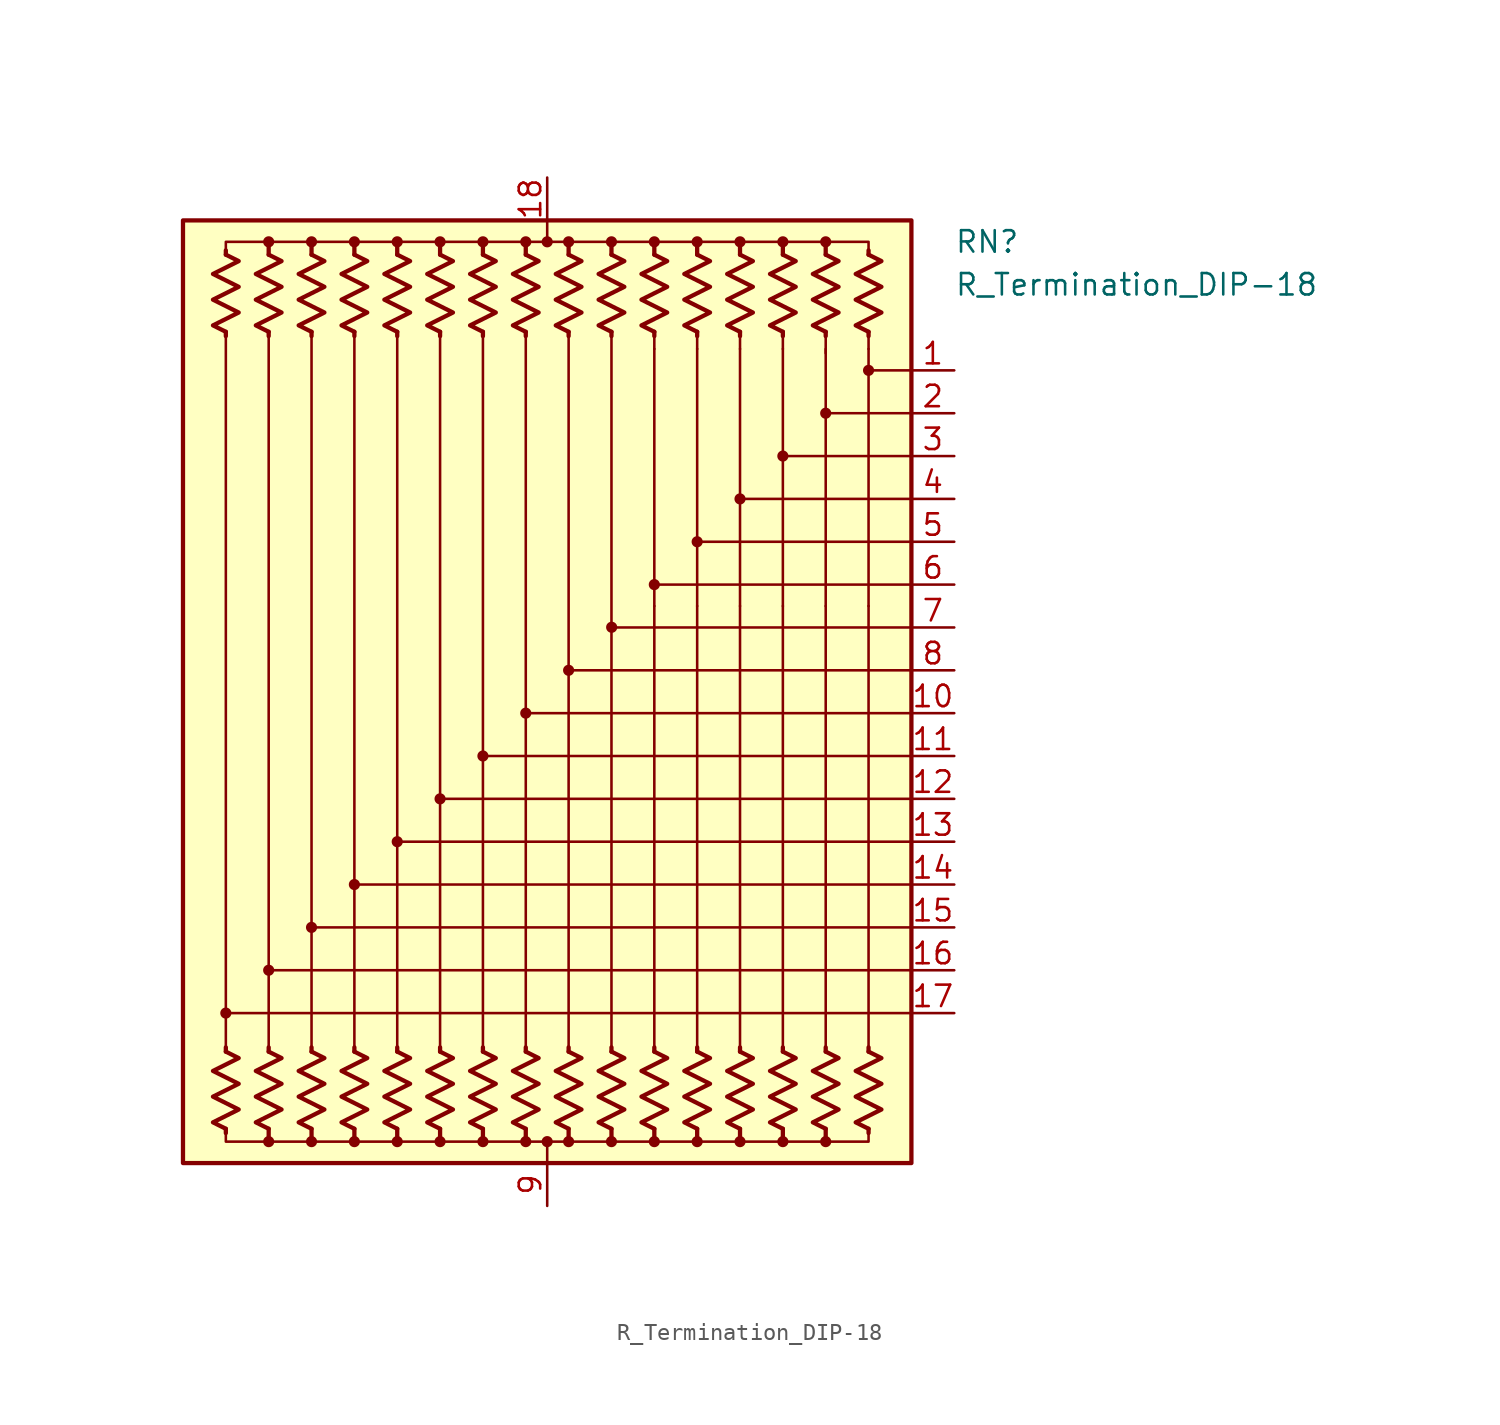
<source format=kicad_sym>
(kicad_symbol_lib
  (version 20220914)
  (generator kicad_symbol_editor)
  (symbol "R_Termination_DIP-18"
    (pin_names
      (offset 0.002) hide)
    (property "Reference" "RN"
      (at 24.13 26.67 0)
      (effects (font (size 1.27 1.27)) (justify left)))
    (property "Value" "R_Termination_DIP-18"
      (at 24.13 24.13 0)
      (effects (font (size 1.27 1.27)) (justify left)))
    (symbol "R_Termination_DIP-18_0_1"
      (rectangle (start -21.59 27.94) (end 21.59 -27.94) (stroke (width 0.254) (type default)) (fill (type background)))
      (circle (center -19.05 -19.05) (radius 0.254) (stroke (width 0) (type default)) (fill (type outline)))
      (circle (center -16.51 -26.67) (radius 0.254) (stroke (width 0) (type default)) (fill (type outline)))
      (circle (center -16.51 -16.51) (radius 0.254) (stroke (width 0) (type default)) (fill (type outline)))
      (circle (center -16.51 26.67) (radius 0.254) (stroke (width 0) (type default)) (fill (type outline)))
      (circle (center -13.97 -26.67) (radius 0.254) (stroke (width 0) (type default)) (fill (type outline)))
      (circle (center -13.97 -13.97) (radius 0.254) (stroke (width 0) (type default)) (fill (type outline)))
      (circle (center -13.97 26.67) (radius 0.254) (stroke (width 0) (type default)) (fill (type outline)))
      (circle (center -11.43 -26.67) (radius 0.254) (stroke (width 0) (type default)) (fill (type outline)))
      (circle (center -11.43 -11.43) (radius 0.254) (stroke (width 0) (type default)) (fill (type outline)))
      (circle (center -11.43 26.67) (radius 0.254) (stroke (width 0) (type default)) (fill (type outline)))
      (circle (center -8.89 -26.67) (radius 0.254) (stroke (width 0) (type default)) (fill (type outline)))
      (circle (center -8.89 -8.89) (radius 0.254) (stroke (width 0) (type default)) (fill (type outline)))
      (circle (center -8.89 26.67) (radius 0.254) (stroke (width 0) (type default)) (fill (type outline)))
      (circle (center -6.35 -26.67) (radius 0.254) (stroke (width 0) (type default)) (fill (type outline)))
      (circle (center -6.35 -6.35) (radius 0.254) (stroke (width 0) (type default)) (fill (type outline)))
      (circle (center -6.35 26.67) (radius 0.254) (stroke (width 0) (type default)) (fill (type outline)))
      (circle (center -3.81 -26.67) (radius 0.254) (stroke (width 0) (type default)) (fill (type outline)))
      (circle (center -3.81 -3.81) (radius 0.254) (stroke (width 0) (type default)) (fill (type outline)))
      (circle (center -3.81 26.67) (radius 0.254) (stroke (width 0) (type default)) (fill (type outline)))
      (circle (center -1.27 -26.67) (radius 0.254) (stroke (width 0) (type default)) (fill (type outline)))
      (circle (center -1.27 -1.27) (radius 0.254) (stroke (width 0) (type default)) (fill (type outline)))
      (circle (center -1.27 26.67) (radius 0.254) (stroke (width 0) (type default)) (fill (type outline)))
      (circle (center 0 -26.67) (radius 0.254) (stroke (width 0) (type default)) (fill (type outline)))
      (polyline (pts (xy -19.05 -25.908) (xy -19.05 -26.162)) (stroke (width 0.254) (type default)) (fill (type none)))
      (polyline (pts (xy -19.05 -21.336) (xy -19.05 -21.082)) (stroke (width 0.254) (type default)) (fill (type none)))
      (polyline (pts (xy -19.05 21.336) (xy -19.05 -21.336)) (stroke (width 0) (type default)) (fill (type none)))
      (polyline (pts (xy -19.05 21.336) (xy -19.05 21.082)) (stroke (width 0.254) (type default)) (fill (type none)))
      (polyline (pts (xy -19.05 25.908) (xy -19.05 26.162)) (stroke (width 0.254) (type default)) (fill (type none)))
      (polyline (pts (xy -16.51 -25.908) (xy -16.51 -26.67)) (stroke (width 0.254) (type default)) (fill (type none)))
      (polyline (pts (xy -16.51 -21.336) (xy -16.51 -21.082)) (stroke (width 0.254) (type default)) (fill (type none)))
      (polyline (pts (xy -16.51 21.336) (xy -16.51 -21.336)) (stroke (width 0) (type default)) (fill (type none)))
      (polyline (pts (xy -16.51 21.336) (xy -16.51 21.082)) (stroke (width 0.254) (type default)) (fill (type none)))
      (polyline (pts (xy -16.51 25.908) (xy -16.51 26.67)) (stroke (width 0.254) (type default)) (fill (type none)))
      (polyline (pts (xy -13.97 -25.908) (xy -13.97 -26.67)) (stroke (width 0.254) (type default)) (fill (type none)))
      (polyline (pts (xy -13.97 -21.336) (xy -13.97 -21.082)) (stroke (width 0.254) (type default)) (fill (type none)))
      (polyline (pts (xy -13.97 21.336) (xy -13.97 -21.336)) (stroke (width 0) (type default)) (fill (type none)))
      (polyline (pts (xy -13.97 21.336) (xy -13.97 21.082)) (stroke (width 0.254) (type default)) (fill (type none)))
      (polyline (pts (xy -13.97 25.908) (xy -13.97 26.67)) (stroke (width 0.254) (type default)) (fill (type none)))
      (polyline (pts (xy -11.43 -25.908) (xy -11.43 -26.67)) (stroke (width 0.254) (type default)) (fill (type none)))
      (polyline (pts (xy -11.43 -21.336) (xy -11.43 -21.082)) (stroke (width 0.254) (type default)) (fill (type none)))
      (polyline (pts (xy -11.43 21.336) (xy -11.43 -21.336)) (stroke (width 0) (type default)) (fill (type none)))
      (polyline (pts (xy -11.43 21.336) (xy -11.43 21.082)) (stroke (width 0.254) (type default)) (fill (type none)))
      (polyline (pts (xy -11.43 25.908) (xy -11.43 26.67)) (stroke (width 0.254) (type default)) (fill (type none)))
      (polyline (pts (xy -8.89 -25.908) (xy -8.89 -26.67)) (stroke (width 0.254) (type default)) (fill (type none)))
      (polyline (pts (xy -8.89 -21.336) (xy -8.89 -21.082)) (stroke (width 0.254) (type default)) (fill (type none)))
      (polyline (pts (xy -8.89 21.336) (xy -8.89 -21.336)) (stroke (width 0) (type default)) (fill (type none)))
      (polyline (pts (xy -8.89 21.336) (xy -8.89 21.082)) (stroke (width 0.254) (type default)) (fill (type none)))
      (polyline (pts (xy -8.89 25.908) (xy -8.89 26.67)) (stroke (width 0.254) (type default)) (fill (type none)))
      (polyline (pts (xy -6.35 -25.908) (xy -6.35 -26.67)) (stroke (width 0.254) (type default)) (fill (type none)))
      (polyline (pts (xy -6.35 -21.336) (xy -6.35 -21.082)) (stroke (width 0.254) (type default)) (fill (type none)))
      (polyline (pts (xy -6.35 21.336) (xy -6.35 -21.336)) (stroke (width 0) (type default)) (fill (type none)))
      (polyline (pts (xy -6.35 21.336) (xy -6.35 21.082)) (stroke (width 0.254) (type default)) (fill (type none)))
      (polyline (pts (xy -6.35 25.908) (xy -6.35 26.416)) (stroke (width 0.254) (type default)) (fill (type none)))
      (polyline (pts (xy -3.81 -25.908) (xy -3.81 -26.67)) (stroke (width 0.254) (type default)) (fill (type none)))
      (polyline (pts (xy -3.81 -21.336) (xy -3.81 -21.082)) (stroke (width 0.254) (type default)) (fill (type none)))
      (polyline (pts (xy -3.81 21.336) (xy -3.81 -21.336)) (stroke (width 0) (type default)) (fill (type none)))
      (polyline (pts (xy -3.81 21.336) (xy -3.81 21.082)) (stroke (width 0.254) (type default)) (fill (type none)))
      (polyline (pts (xy -3.81 25.908) (xy -3.81 26.416)) (stroke (width 0.254) (type default)) (fill (type none)))
      (polyline (pts (xy -1.27 -25.908) (xy -1.27 -26.67)) (stroke (width 0.254) (type default)) (fill (type none)))
      (polyline (pts (xy -1.27 -21.336) (xy -1.27 -21.082)) (stroke (width 0.254) (type default)) (fill (type none)))
      (polyline (pts (xy -1.27 21.336) (xy -1.27 -21.336)) (stroke (width 0) (type default)) (fill (type none)))
      (polyline (pts (xy -1.27 21.336) (xy -1.27 21.082)) (stroke (width 0.254) (type default)) (fill (type none)))
      (polyline (pts (xy -1.27 25.908) (xy -1.27 26.416)) (stroke (width 0.254) (type default)) (fill (type none)))
      (polyline (pts (xy 0 -27.94) (xy 0 -26.67)) (stroke (width 0) (type default)) (fill (type none)))
      (polyline (pts (xy 0 27.94) (xy 0 26.67)) (stroke (width 0) (type default)) (fill (type none)))
      (polyline (pts (xy 1.27 -25.908) (xy 1.27 -26.416)) (stroke (width 0.254) (type default)) (fill (type none)))
      (polyline (pts (xy 1.27 -21.336) (xy 1.27 -21.082)) (stroke (width 0.254) (type default)) (fill (type none)))
      (polyline (pts (xy 1.27 21.336) (xy 1.27 -21.336)) (stroke (width 0) (type default)) (fill (type none)))
      (polyline (pts (xy 1.27 21.336) (xy 1.27 21.082)) (stroke (width 0.254) (type default)) (fill (type none)))
      (polyline (pts (xy 1.27 25.908) (xy 1.27 26.67)) (stroke (width 0.254) (type default)) (fill (type none)))
      (polyline (pts (xy 3.81 -25.908) (xy 3.81 -26.67)) (stroke (width 0.254) (type default)) (fill (type none)))
      (polyline (pts (xy 3.81 -21.336) (xy 3.81 -21.082)) (stroke (width 0.254) (type default)) (fill (type none)))
      (polyline (pts (xy 3.81 21.336) (xy 3.81 -21.336)) (stroke (width 0) (type default)) (fill (type none)))
      (polyline (pts (xy 3.81 21.336) (xy 3.81 21.082)) (stroke (width 0.254) (type default)) (fill (type none)))
      (polyline (pts (xy 3.81 25.908) (xy 3.81 26.416)) (stroke (width 0.254) (type default)) (fill (type none)))
      (polyline (pts (xy 6.35 -25.908) (xy 6.35 -26.67)) (stroke (width 0.254) (type default)) (fill (type none)))
      (polyline (pts (xy 6.35 -21.336) (xy 6.35 -21.082)) (stroke (width 0.254) (type default)) (fill (type none)))
      (polyline (pts (xy 6.35 -21.336) (xy 6.35 5.08)) (stroke (width 0) (type default)) (fill (type none)))
      (polyline (pts (xy 6.35 20.32) (xy 6.35 5.08)) (stroke (width 0.152) (type default)) (fill (type none)))
      (polyline (pts (xy 6.35 21.336) (xy 6.35 20.32)) (stroke (width 0) (type default)) (fill (type none)))
      (polyline (pts (xy 6.35 21.336) (xy 6.35 21.082)) (stroke (width 0.254) (type default)) (fill (type none)))
      (polyline (pts (xy 6.35 25.908) (xy 6.35 26.416)) (stroke (width 0.254) (type default)) (fill (type none)))
      (polyline (pts (xy 8.89 -25.908) (xy 8.89 -26.67)) (stroke (width 0.254) (type default)) (fill (type none)))
      (polyline (pts (xy 8.89 -21.336) (xy 8.89 -21.082)) (stroke (width 0.254) (type default)) (fill (type none)))
      (polyline (pts (xy 8.89 -21.336) (xy 8.89 5.08)) (stroke (width 0) (type default)) (fill (type none)))
      (polyline (pts (xy 8.89 20.32) (xy 8.89 5.08)) (stroke (width 0.152) (type default)) (fill (type none)))
      (polyline (pts (xy 8.89 21.336) (xy 8.89 20.32)) (stroke (width 0) (type default)) (fill (type none)))
      (polyline (pts (xy 8.89 21.336) (xy 8.89 21.082)) (stroke (width 0.254) (type default)) (fill (type none)))
      (polyline (pts (xy 8.89 25.908) (xy 8.89 26.67)) (stroke (width 0.254) (type default)) (fill (type none)))
      (polyline (pts (xy 11.43 -25.908) (xy 11.43 -26.67)) (stroke (width 0.254) (type default)) (fill (type none)))
      (polyline (pts (xy 11.43 -21.336) (xy 11.43 -21.082)) (stroke (width 0.254) (type default)) (fill (type none)))
      (polyline (pts (xy 11.43 -21.336) (xy 11.43 5.08)) (stroke (width 0) (type default)) (fill (type none)))
      (polyline (pts (xy 11.43 20.32) (xy 11.43 5.08)) (stroke (width 0.152) (type default)) (fill (type none)))
      (polyline (pts (xy 11.43 21.336) (xy 11.43 20.32)) (stroke (width 0) (type default)) (fill (type none)))
      (polyline (pts (xy 11.43 21.336) (xy 11.43 21.082)) (stroke (width 0.254) (type default)) (fill (type none)))
      (polyline (pts (xy 11.43 25.908) (xy 11.43 26.416)) (stroke (width 0.254) (type default)) (fill (type none)))
      (polyline (pts (xy 13.97 -25.908) (xy 13.97 -26.67)) (stroke (width 0.254) (type default)) (fill (type none)))
      (polyline (pts (xy 13.97 -21.336) (xy 13.97 -21.082)) (stroke (width 0.254) (type default)) (fill (type none)))
      (polyline (pts (xy 13.97 -21.336) (xy 13.97 5.08)) (stroke (width 0) (type default)) (fill (type none)))
      (polyline (pts (xy 13.97 20.32) (xy 13.97 5.08)) (stroke (width 0.152) (type default)) (fill (type none)))
      (polyline (pts (xy 13.97 21.336) (xy 13.97 20.32)) (stroke (width 0) (type default)) (fill (type none)))
      (polyline (pts (xy 13.97 21.336) (xy 13.97 21.082)) (stroke (width 0.254) (type default)) (fill (type none)))
      (polyline (pts (xy 13.97 25.908) (xy 13.97 26.416)) (stroke (width 0.254) (type default)) (fill (type none)))
      (polyline (pts (xy 16.51 -25.908) (xy 16.51 -26.67)) (stroke (width 0.254) (type default)) (fill (type none)))
      (polyline (pts (xy 16.51 -21.336) (xy 16.51 -21.082)) (stroke (width 0.254) (type default)) (fill (type none)))
      (polyline (pts (xy 16.51 -21.336) (xy 16.51 5.08)) (stroke (width 0) (type default)) (fill (type none)))
      (polyline (pts (xy 16.51 20.32) (xy 16.51 5.08)) (stroke (width 0.152) (type default)) (fill (type none)))
      (polyline (pts (xy 16.51 21.336) (xy 16.51 20.066)) (stroke (width 0) (type default)) (fill (type none)))
      (polyline (pts (xy 16.51 21.336) (xy 16.51 21.082)) (stroke (width 0.254) (type default)) (fill (type none)))
      (polyline (pts (xy 16.51 25.908) (xy 16.51 26.416)) (stroke (width 0.254) (type default)) (fill (type none)))
      (polyline (pts (xy 19.05 -25.908) (xy 19.05 -26.162)) (stroke (width 0.254) (type default)) (fill (type none)))
      (polyline (pts (xy 19.05 -21.336) (xy 19.05 -21.082)) (stroke (width 0.254) (type default)) (fill (type none)))
      (polyline (pts (xy 19.05 -21.336) (xy 19.05 5.08)) (stroke (width 0) (type default)) (fill (type none)))
      (polyline (pts (xy 19.05 20.32) (xy 19.05 5.08)) (stroke (width 0.152) (type default)) (fill (type none)))
      (polyline (pts (xy 19.05 21.336) (xy 19.05 20.32)) (stroke (width 0) (type default)) (fill (type none)))
      (polyline (pts (xy 19.05 21.336) (xy 19.05 21.082)) (stroke (width 0.254) (type default)) (fill (type none)))
      (polyline (pts (xy 19.05 25.908) (xy 19.05 26.162)) (stroke (width 0.254) (type default)) (fill (type none)))
      (polyline (pts (xy 21.59 -19.05) (xy -19.05 -19.05)) (stroke (width 0.152) (type default)) (fill (type none)))
      (polyline (pts (xy 21.59 -16.51) (xy -16.51 -16.51)) (stroke (width 0.152) (type default)) (fill (type none)))
      (polyline (pts (xy 21.59 -13.97) (xy -13.97 -13.97)) (stroke (width 0.152) (type default)) (fill (type none)))
      (polyline (pts (xy 21.59 -11.43) (xy -11.43 -11.43)) (stroke (width 0.152) (type default)) (fill (type none)))
      (polyline (pts (xy 21.59 -8.89) (xy -8.89 -8.89)) (stroke (width 0.152) (type default)) (fill (type none)))
      (polyline (pts (xy 21.59 -6.35) (xy -6.35 -6.35)) (stroke (width 0.152) (type default)) (fill (type none)))
      (polyline (pts (xy 21.59 -3.81) (xy -3.81 -3.81)) (stroke (width 0.152) (type default)) (fill (type none)))
      (polyline (pts (xy 21.59 -1.27) (xy -1.27 -1.27)) (stroke (width 0.152) (type default)) (fill (type none)))
      (polyline (pts (xy 21.59 1.27) (xy 1.27 1.27)) (stroke (width 0.152) (type default)) (fill (type none)))
      (polyline (pts (xy 21.59 3.81) (xy 3.81 3.81)) (stroke (width 0.152) (type default)) (fill (type none)))
      (polyline (pts (xy 21.59 6.35) (xy 6.35 6.35)) (stroke (width 0.152) (type default)) (fill (type none)))
      (polyline (pts (xy 21.59 8.89) (xy 8.89 8.89)) (stroke (width 0.152) (type default)) (fill (type none)))
      (polyline (pts (xy 21.59 11.43) (xy 11.43 11.43)) (stroke (width 0.152) (type default)) (fill (type none)))
      (polyline (pts (xy 21.59 13.97) (xy 13.97 13.97)) (stroke (width 0.152) (type default)) (fill (type none)))
      (polyline (pts (xy 21.59 16.51) (xy 16.51 16.51)) (stroke (width 0.152) (type default)) (fill (type none)))
      (polyline (pts (xy 21.59 19.05) (xy 19.05 19.05)) (stroke (width 0.152) (type default)) (fill (type none)))
      (polyline (pts (xy -19.05 25.908) (xy -19.05 26.67) (xy -16.51 26.67) (xy -16.51 25.908)) (stroke (width 0) (type default)) (fill (type none)))
      (polyline (pts (xy -16.51 -25.908) (xy -16.51 -26.67) (xy -19.05 -26.67) (xy -19.05 -25.908)) (stroke (width 0) (type default)) (fill (type none)))
      (polyline (pts (xy -16.51 25.908) (xy -16.51 26.67) (xy -13.97 26.67) (xy -13.97 25.908)) (stroke (width 0) (type default)) (fill (type none)))
      (polyline (pts (xy -13.97 -25.908) (xy -13.97 -26.67) (xy -16.51 -26.67) (xy -16.51 -25.908)) (stroke (width 0) (type default)) (fill (type none)))
      (polyline (pts (xy -13.97 25.908) (xy -13.97 26.67) (xy -11.43 26.67) (xy -11.43 25.908)) (stroke (width 0) (type default)) (fill (type none)))
      (polyline (pts (xy -11.43 -25.908) (xy -11.43 -26.67) (xy -13.97 -26.67) (xy -13.97 -25.908)) (stroke (width 0) (type default)) (fill (type none)))
      (polyline (pts (xy -11.43 25.908) (xy -11.43 26.67) (xy -8.89 26.67) (xy -8.89 25.908)) (stroke (width 0) (type default)) (fill (type none)))
      (polyline (pts (xy -8.89 -25.908) (xy -8.89 -26.67) (xy -11.43 -26.67) (xy -11.43 -25.908)) (stroke (width 0) (type default)) (fill (type none)))
      (polyline (pts (xy -8.89 25.908) (xy -8.89 26.67) (xy -6.35 26.67) (xy -6.35 25.908)) (stroke (width 0) (type default)) (fill (type none)))
      (polyline (pts (xy -6.35 -25.908) (xy -6.35 -26.67) (xy -8.89 -26.67) (xy -8.89 -25.908)) (stroke (width 0) (type default)) (fill (type none)))
      (polyline (pts (xy -6.35 25.908) (xy -6.35 26.67) (xy -3.81 26.67) (xy -3.81 25.908)) (stroke (width 0) (type default)) (fill (type none)))
      (polyline (pts (xy -3.81 -25.908) (xy -3.81 -26.67) (xy -6.35 -26.67) (xy -6.35 -25.908)) (stroke (width 0) (type default)) (fill (type none)))
      (polyline (pts (xy -3.81 25.908) (xy -3.81 26.67) (xy -1.27 26.67) (xy -1.27 25.908)) (stroke (width 0) (type default)) (fill (type none)))
      (polyline (pts (xy -1.27 -25.908) (xy -1.27 -26.67) (xy -3.81 -26.67) (xy -3.81 -25.908)) (stroke (width 0) (type default)) (fill (type none)))
      (polyline (pts (xy -1.27 25.908) (xy -1.27 26.67) (xy 1.27 26.67) (xy 1.27 25.908)) (stroke (width 0) (type default)) (fill (type none)))
      (polyline (pts (xy 1.27 -25.908) (xy 1.27 -26.67) (xy -1.27 -26.67) (xy -1.27 -25.908)) (stroke (width 0) (type default)) (fill (type none)))
      (polyline (pts (xy 1.27 25.908) (xy 1.27 26.67) (xy 3.81 26.67) (xy 3.81 25.908)) (stroke (width 0) (type default)) (fill (type none)))
      (polyline (pts (xy 3.81 -25.908) (xy 3.81 -26.67) (xy 1.27 -26.67) (xy 1.27 -25.908)) (stroke (width 0) (type default)) (fill (type none)))
      (polyline (pts (xy 3.81 25.908) (xy 3.81 26.67) (xy 6.35 26.67) (xy 6.35 25.908)) (stroke (width 0) (type default)) (fill (type none)))
      (polyline (pts (xy 6.35 -25.908) (xy 6.35 -26.67) (xy 3.81 -26.67) (xy 3.81 -25.908)) (stroke (width 0) (type default)) (fill (type none)))
      (polyline (pts (xy 6.35 25.908) (xy 6.35 26.67) (xy 8.89 26.67) (xy 8.89 25.908)) (stroke (width 0) (type default)) (fill (type none)))
      (polyline (pts (xy 8.89 -25.908) (xy 8.89 -26.67) (xy 6.35 -26.67) (xy 6.35 -25.908)) (stroke (width 0) (type default)) (fill (type none)))
      (polyline (pts (xy 8.89 25.908) (xy 8.89 26.67) (xy 11.43 26.67) (xy 11.43 25.908)) (stroke (width 0) (type default)) (fill (type none)))
      (polyline (pts (xy 11.43 -25.908) (xy 11.43 -26.67) (xy 8.89 -26.67) (xy 8.89 -25.908)) (stroke (width 0) (type default)) (fill (type none)))
      (polyline (pts (xy 11.43 25.908) (xy 11.43 26.67) (xy 13.97 26.67) (xy 13.97 25.908)) (stroke (width 0) (type default)) (fill (type none)))
      (polyline (pts (xy 13.97 -25.908) (xy 13.97 -26.67) (xy 11.43 -26.67) (xy 11.43 -25.908)) (stroke (width 0) (type default)) (fill (type none)))
      (polyline (pts (xy 13.97 25.908) (xy 13.97 26.67) (xy 16.51 26.67) (xy 16.51 25.908)) (stroke (width 0) (type default)) (fill (type none)))
      (polyline (pts (xy 16.51 -25.908) (xy 16.51 -26.67) (xy 13.97 -26.67) (xy 13.97 -25.908)) (stroke (width 0) (type default)) (fill (type none)))
      (polyline (pts (xy 16.51 25.908) (xy 16.51 26.67) (xy 19.05 26.67) (xy 19.05 25.908)) (stroke (width 0) (type default)) (fill (type none)))
      (polyline (pts (xy 19.05 -25.908) (xy 19.05 -26.67) (xy 16.51 -26.67) (xy 16.51 -25.908)) (stroke (width 0) (type default)) (fill (type none)))
      (polyline (pts (xy -19.05 -21.336) (xy -18.288 -21.717) (xy -19.812 -22.479) (xy -19.05 -22.86) (xy -18.288 -23.241) (xy -19.05 -23.622) (xy -19.812 -24.003) (xy -19.05 -24.384) (xy -18.288 -24.765) (xy -19.05 -25.146) (xy -19.812 -25.527) (xy -19.05 -25.908)) (stroke (width 0.254) (type default)) (fill (type none)))
      (polyline (pts (xy -19.05 25.908) (xy -18.288 25.527) (xy -19.812 24.765) (xy -19.05 24.384) (xy -18.288 24.003) (xy -19.05 23.622) (xy -19.812 23.241) (xy -19.05 22.86) (xy -18.288 22.479) (xy -19.05 22.098) (xy -19.812 21.717) (xy -19.05 21.336)) (stroke (width 0.254) (type default)) (fill (type none)))
      (polyline (pts (xy -16.51 -21.336) (xy -15.748 -21.717) (xy -17.272 -22.479) (xy -16.51 -22.86) (xy -15.748 -23.241) (xy -16.51 -23.622) (xy -17.272 -24.003) (xy -16.51 -24.384) (xy -15.748 -24.765) (xy -16.51 -25.146) (xy -17.272 -25.527) (xy -16.51 -25.908)) (stroke (width 0.254) (type default)) (fill (type none)))
      (polyline (pts (xy -16.51 25.908) (xy -15.748 25.527) (xy -17.272 24.765) (xy -16.51 24.384) (xy -15.748 24.003) (xy -16.51 23.622) (xy -17.272 23.241) (xy -16.51 22.86) (xy -15.748 22.479) (xy -16.51 22.098) (xy -17.272 21.717) (xy -16.51 21.336)) (stroke (width 0.254) (type default)) (fill (type none)))
      (polyline (pts (xy -13.97 -21.336) (xy -13.208 -21.717) (xy -14.732 -22.479) (xy -13.97 -22.86) (xy -13.208 -23.241) (xy -13.97 -23.622) (xy -14.732 -24.003) (xy -13.97 -24.384) (xy -13.208 -24.765) (xy -13.97 -25.146) (xy -14.732 -25.527) (xy -13.97 -25.908)) (stroke (width 0.254) (type default)) (fill (type none)))
      (polyline (pts (xy -13.97 25.908) (xy -13.208 25.527) (xy -14.732 24.765) (xy -13.97 24.384) (xy -13.208 24.003) (xy -13.97 23.622) (xy -14.732 23.241) (xy -13.97 22.86) (xy -13.208 22.479) (xy -13.97 22.098) (xy -14.732 21.717) (xy -13.97 21.336)) (stroke (width 0.254) (type default)) (fill (type none)))
      (polyline (pts (xy -11.43 -21.336) (xy -10.668 -21.717) (xy -12.192 -22.479) (xy -11.43 -22.86) (xy -10.668 -23.241) (xy -11.43 -23.622) (xy -12.192 -24.003) (xy -11.43 -24.384) (xy -10.668 -24.765) (xy -11.43 -25.146) (xy -12.192 -25.527) (xy -11.43 -25.908)) (stroke (width 0.254) (type default)) (fill (type none)))
      (polyline (pts (xy -11.43 25.908) (xy -10.668 25.527) (xy -12.192 24.765) (xy -11.43 24.384) (xy -10.668 24.003) (xy -11.43 23.622) (xy -12.192 23.241) (xy -11.43 22.86) (xy -10.668 22.479) (xy -11.43 22.098) (xy -12.192 21.717) (xy -11.43 21.336)) (stroke (width 0.254) (type default)) (fill (type none)))
      (polyline (pts (xy -8.89 -21.336) (xy -8.128 -21.717) (xy -9.652 -22.479) (xy -8.89 -22.86) (xy -8.128 -23.241) (xy -8.89 -23.622) (xy -9.652 -24.003) (xy -8.89 -24.384) (xy -8.128 -24.765) (xy -8.89 -25.146) (xy -9.652 -25.527) (xy -8.89 -25.908)) (stroke (width 0.254) (type default)) (fill (type none)))
      (polyline (pts (xy -8.89 25.908) (xy -8.128 25.527) (xy -9.652 24.765) (xy -8.89 24.384) (xy -8.128 24.003) (xy -8.89 23.622) (xy -9.652 23.241) (xy -8.89 22.86) (xy -8.128 22.479) (xy -8.89 22.098) (xy -9.652 21.717) (xy -8.89 21.336)) (stroke (width 0.254) (type default)) (fill (type none)))
      (polyline (pts (xy -6.35 -21.336) (xy -5.588 -21.717) (xy -7.112 -22.479) (xy -6.35 -22.86) (xy -5.588 -23.241) (xy -6.35 -23.622) (xy -7.112 -24.003) (xy -6.35 -24.384) (xy -5.588 -24.765) (xy -6.35 -25.146) (xy -7.112 -25.527) (xy -6.35 -25.908)) (stroke (width 0.254) (type default)) (fill (type none)))
      (polyline (pts (xy -6.35 25.908) (xy -5.588 25.527) (xy -7.112 24.765) (xy -6.35 24.384) (xy -5.588 24.003) (xy -6.35 23.622) (xy -7.112 23.241) (xy -6.35 22.86) (xy -5.588 22.479) (xy -6.35 22.098) (xy -7.112 21.717) (xy -6.35 21.336)) (stroke (width 0.254) (type default)) (fill (type none)))
      (polyline (pts (xy -3.81 -21.336) (xy -3.048 -21.717) (xy -4.572 -22.479) (xy -3.81 -22.86) (xy -3.048 -23.241) (xy -3.81 -23.622) (xy -4.572 -24.003) (xy -3.81 -24.384) (xy -3.048 -24.765) (xy -3.81 -25.146) (xy -4.572 -25.527) (xy -3.81 -25.908)) (stroke (width 0.254) (type default)) (fill (type none)))
      (polyline (pts (xy -3.81 25.908) (xy -3.048 25.527) (xy -4.572 24.765) (xy -3.81 24.384) (xy -3.048 24.003) (xy -3.81 23.622) (xy -4.572 23.241) (xy -3.81 22.86) (xy -3.048 22.479) (xy -3.81 22.098) (xy -4.572 21.717) (xy -3.81 21.336)) (stroke (width 0.254) (type default)) (fill (type none)))
      (polyline (pts (xy -1.27 -21.336) (xy -0.508 -21.717) (xy -2.032 -22.479) (xy -1.27 -22.86) (xy -0.508 -23.241) (xy -1.27 -23.622) (xy -2.032 -24.003) (xy -1.27 -24.384) (xy -0.508 -24.765) (xy -1.27 -25.146) (xy -2.032 -25.527) (xy -1.27 -25.908)) (stroke (width 0.254) (type default)) (fill (type none)))
      (polyline (pts (xy -1.27 25.908) (xy -0.508 25.527) (xy -2.032 24.765) (xy -1.27 24.384) (xy -0.508 24.003) (xy -1.27 23.622) (xy -2.032 23.241) (xy -1.27 22.86) (xy -0.508 22.479) (xy -1.27 22.098) (xy -2.032 21.717) (xy -1.27 21.336)) (stroke (width 0.254) (type default)) (fill (type none)))
      (polyline (pts (xy 1.27 -21.336) (xy 2.032 -21.717) (xy 0.508 -22.479) (xy 1.27 -22.86) (xy 2.032 -23.241) (xy 1.27 -23.622) (xy 0.508 -24.003) (xy 1.27 -24.384) (xy 2.032 -24.765) (xy 1.27 -25.146) (xy 0.508 -25.527) (xy 1.27 -25.908)) (stroke (width 0.254) (type default)) (fill (type none)))
      (polyline (pts (xy 1.27 25.908) (xy 2.032 25.527) (xy 0.508 24.765) (xy 1.27 24.384) (xy 2.032 24.003) (xy 1.27 23.622) (xy 0.508 23.241) (xy 1.27 22.86) (xy 2.032 22.479) (xy 1.27 22.098) (xy 0.508 21.717) (xy 1.27 21.336)) (stroke (width 0.254) (type default)) (fill (type none)))
      (polyline (pts (xy 3.81 -21.336) (xy 4.572 -21.717) (xy 3.048 -22.479) (xy 3.81 -22.86) (xy 4.572 -23.241) (xy 3.81 -23.622) (xy 3.048 -24.003) (xy 3.81 -24.384) (xy 4.572 -24.765) (xy 3.81 -25.146) (xy 3.048 -25.527) (xy 3.81 -25.908)) (stroke (width 0.254) (type default)) (fill (type none)))
      (polyline (pts (xy 3.81 25.908) (xy 4.572 25.527) (xy 3.048 24.765) (xy 3.81 24.384) (xy 4.572 24.003) (xy 3.81 23.622) (xy 3.048 23.241) (xy 3.81 22.86) (xy 4.572 22.479) (xy 3.81 22.098) (xy 3.048 21.717) (xy 3.81 21.336)) (stroke (width 0.254) (type default)) (fill (type none)))
      (polyline (pts (xy 6.35 -21.336) (xy 7.112 -21.717) (xy 5.588 -22.479) (xy 6.35 -22.86) (xy 7.112 -23.241) (xy 6.35 -23.622) (xy 5.588 -24.003) (xy 6.35 -24.384) (xy 7.112 -24.765) (xy 6.35 -25.146) (xy 5.588 -25.527) (xy 6.35 -25.908)) (stroke (width 0.254) (type default)) (fill (type none)))
      (polyline (pts (xy 6.35 25.908) (xy 7.112 25.527) (xy 5.588 24.765) (xy 6.35 24.384) (xy 7.112 24.003) (xy 6.35 23.622) (xy 5.588 23.241) (xy 6.35 22.86) (xy 7.112 22.479) (xy 6.35 22.098) (xy 5.588 21.717) (xy 6.35 21.336)) (stroke (width 0.254) (type default)) (fill (type none)))
      (polyline (pts (xy 8.89 -21.336) (xy 9.652 -21.717) (xy 8.128 -22.479) (xy 8.89 -22.86) (xy 9.652 -23.241) (xy 8.89 -23.622) (xy 8.128 -24.003) (xy 8.89 -24.384) (xy 9.652 -24.765) (xy 8.89 -25.146) (xy 8.128 -25.527) (xy 8.89 -25.908)) (stroke (width 0.254) (type default)) (fill (type none)))
      (polyline (pts (xy 8.89 25.908) (xy 9.652 25.527) (xy 8.128 24.765) (xy 8.89 24.384) (xy 9.652 24.003) (xy 8.89 23.622) (xy 8.128 23.241) (xy 8.89 22.86) (xy 9.652 22.479) (xy 8.89 22.098) (xy 8.128 21.717) (xy 8.89 21.336)) (stroke (width 0.254) (type default)) (fill (type none)))
      (polyline (pts (xy 11.43 -21.336) (xy 12.192 -21.717) (xy 10.668 -22.479) (xy 11.43 -22.86) (xy 12.192 -23.241) (xy 11.43 -23.622) (xy 10.668 -24.003) (xy 11.43 -24.384) (xy 12.192 -24.765) (xy 11.43 -25.146) (xy 10.668 -25.527) (xy 11.43 -25.908)) (stroke (width 0.254) (type default)) (fill (type none)))
      (polyline (pts (xy 11.43 25.908) (xy 12.192 25.527) (xy 10.668 24.765) (xy 11.43 24.384) (xy 12.192 24.003) (xy 11.43 23.622) (xy 10.668 23.241) (xy 11.43 22.86) (xy 12.192 22.479) (xy 11.43 22.098) (xy 10.668 21.717) (xy 11.43 21.336)) (stroke (width 0.254) (type default)) (fill (type none)))
      (polyline (pts (xy 13.97 -21.336) (xy 14.732 -21.717) (xy 13.208 -22.479) (xy 13.97 -22.86) (xy 14.732 -23.241) (xy 13.97 -23.622) (xy 13.208 -24.003) (xy 13.97 -24.384) (xy 14.732 -24.765) (xy 13.97 -25.146) (xy 13.208 -25.527) (xy 13.97 -25.908)) (stroke (width 0.254) (type default)) (fill (type none)))
      (polyline (pts (xy 13.97 25.908) (xy 14.732 25.527) (xy 13.208 24.765) (xy 13.97 24.384) (xy 14.732 24.003) (xy 13.97 23.622) (xy 13.208 23.241) (xy 13.97 22.86) (xy 14.732 22.479) (xy 13.97 22.098) (xy 13.208 21.717) (xy 13.97 21.336)) (stroke (width 0.254) (type default)) (fill (type none)))
      (polyline (pts (xy 16.51 -21.336) (xy 17.272 -21.717) (xy 15.748 -22.479) (xy 16.51 -22.86) (xy 17.272 -23.241) (xy 16.51 -23.622) (xy 15.748 -24.003) (xy 16.51 -24.384) (xy 17.272 -24.765) (xy 16.51 -25.146) (xy 15.748 -25.527) (xy 16.51 -25.908)) (stroke (width 0.254) (type default)) (fill (type none)))
      (polyline (pts (xy 16.51 25.908) (xy 17.272 25.527) (xy 15.748 24.765) (xy 16.51 24.384) (xy 17.272 24.003) (xy 16.51 23.622) (xy 15.748 23.241) (xy 16.51 22.86) (xy 17.272 22.479) (xy 16.51 22.098) (xy 15.748 21.717) (xy 16.51 21.336)) (stroke (width 0.254) (type default)) (fill (type none)))
      (polyline (pts (xy 19.05 -21.336) (xy 19.812 -21.717) (xy 18.288 -22.479) (xy 19.05 -22.86) (xy 19.812 -23.241) (xy 19.05 -23.622) (xy 18.288 -24.003) (xy 19.05 -24.384) (xy 19.812 -24.765) (xy 19.05 -25.146) (xy 18.288 -25.527) (xy 19.05 -25.908)) (stroke (width 0.254) (type default)) (fill (type none)))
      (polyline (pts (xy 19.05 25.908) (xy 19.812 25.527) (xy 18.288 24.765) (xy 19.05 24.384) (xy 19.812 24.003) (xy 19.05 23.622) (xy 18.288 23.241) (xy 19.05 22.86) (xy 19.812 22.479) (xy 19.05 22.098) (xy 18.288 21.717) (xy 19.05 21.336)) (stroke (width 0.254) (type default)) (fill (type none)))
      (circle (center 0 26.67) (radius 0.254) (stroke (width 0) (type default)) (fill (type outline)))
      (circle (center 1.27 -26.67) (radius 0.254) (stroke (width 0) (type default)) (fill (type outline)))
      (circle (center 1.27 1.27) (radius 0.254) (stroke (width 0) (type default)) (fill (type outline)))
      (circle (center 1.27 26.67) (radius 0.254) (stroke (width 0) (type default)) (fill (type outline)))
      (circle (center 3.81 -26.67) (radius 0.254) (stroke (width 0) (type default)) (fill (type outline)))
      (circle (center 3.81 26.67) (radius 0.254) (stroke (width 0) (type default)) (fill (type outline)))
      (circle (center 3.822 3.821) (radius 0.254) (stroke (width 0) (type default)) (fill (type outline)))
      (circle (center 6.35 -26.67) (radius 0.254) (stroke (width 0) (type default)) (fill (type outline)))
      (circle (center 6.35 6.35) (radius 0.254) (stroke (width 0) (type default)) (fill (type outline)))
      (circle (center 6.35 26.67) (radius 0.254) (stroke (width 0) (type default)) (fill (type outline)))
      (circle (center 8.89 -26.67) (radius 0.254) (stroke (width 0) (type default)) (fill (type outline)))
      (circle (center 8.89 8.89) (radius 0.254) (stroke (width 0) (type default)) (fill (type outline)))
      (circle (center 8.89 26.67) (radius 0.254) (stroke (width 0) (type default)) (fill (type outline)))
      (circle (center 11.43 -26.67) (radius 0.254) (stroke (width 0) (type default)) (fill (type outline)))
      (circle (center 11.43 11.43) (radius 0.254) (stroke (width 0) (type default)) (fill (type outline)))
      (circle (center 11.43 26.67) (radius 0.254) (stroke (width 0) (type default)) (fill (type outline)))
      (circle (center 13.97 -26.67) (radius 0.254) (stroke (width 0) (type default)) (fill (type outline)))
      (circle (center 13.97 13.97) (radius 0.254) (stroke (width 0) (type default)) (fill (type outline)))
      (circle (center 13.97 26.67) (radius 0.254) (stroke (width 0) (type default)) (fill (type outline)))
      (circle (center 16.51 -26.67) (radius 0.254) (stroke (width 0) (type default)) (fill (type outline)))
      (circle (center 16.51 16.51) (radius 0.254) (stroke (width 0) (type default)) (fill (type outline)))
      (circle (center 16.51 26.67) (radius 0.254) (stroke (width 0) (type default)) (fill (type outline)))
      (circle (center 19.05 19.05) (radius 0.254) (stroke (width 0) (type default)) (fill (type outline))))
    (symbol "R_Termination_DIP-18_1_1"
      (pin passive line (at 24.13 19.05 180) (length 2.54) (name "R1" (effects (font (size 1.27 1.27)))) (number "1" (effects (font (size 1.27 1.27)))))
      (pin passive line (at 24.13 -1.27 180) (length 2.54) (name "R10" (effects (font (size 1.27 1.27)))) (number "10" (effects (font (size 1.27 1.27)))))
      (pin passive line (at 24.13 -3.81 180) (length 2.54) (name "R11" (effects (font (size 1.27 1.27)))) (number "11" (effects (font (size 1.27 1.27)))))
      (pin passive line (at 24.13 -6.35 180) (length 2.54) (name "R12" (effects (font (size 1.27 1.27)))) (number "12" (effects (font (size 1.27 1.27)))))
      (pin passive line (at 24.13 -8.89 180) (length 2.54) (name "R13" (effects (font (size 1.27 1.27)))) (number "13" (effects (font (size 1.27 1.27)))))
      (pin passive line (at 24.13 -11.43 180) (length 2.54) (name "R14" (effects (font (size 1.27 1.27)))) (number "14" (effects (font (size 1.27 1.27)))))
      (pin passive line (at 24.13 -13.97 180) (length 2.54) (name "R15" (effects (font (size 1.27 1.27)))) (number "15" (effects (font (size 1.27 1.27)))))
      (pin passive line (at 24.13 -16.51 180) (length 2.54) (name "R16" (effects (font (size 1.27 1.27)))) (number "16" (effects (font (size 1.27 1.27)))))
      (pin passive line (at 24.13 -19.05 180) (length 2.54) (name "R17" (effects (font (size 1.27 1.27)))) (number "17" (effects (font (size 1.27 1.27)))))
      (pin passive line (at 0 30.48 270) (length 2.54) (name "common" (effects (font (size 1.27 1.27)))) (number "18" (effects (font (size 1.27 1.27)))))
      (pin passive line (at 24.13 16.51 180) (length 2.54) (name "R2" (effects (font (size 1.27 1.27)))) (number "2" (effects (font (size 1.27 1.27)))))
      (pin passive line (at 24.13 13.97 180) (length 2.54) (name "R3" (effects (font (size 1.27 1.27)))) (number "3" (effects (font (size 1.27 1.27)))))
      (pin passive line (at 24.13 11.43 180) (length 2.54) (name "R4" (effects (font (size 1.27 1.27)))) (number "4" (effects (font (size 1.27 1.27)))))
      (pin passive line (at 24.13 8.89 180) (length 2.54) (name "R5" (effects (font (size 1.27 1.27)))) (number "5" (effects (font (size 1.27 1.27)))))
      (pin passive line (at 24.13 6.35 180) (length 2.54) (name "R6" (effects (font (size 1.27 1.27)))) (number "6" (effects (font (size 1.27 1.27)))))
      (pin passive line (at 24.13 3.81 180) (length 2.54) (name "R7" (effects (font (size 1.27 1.27)))) (number "7" (effects (font (size 1.27 1.27)))))
      (pin passive line (at 24.13 1.27 180) (length 2.54) (name "R8" (effects (font (size 1.27 1.27)))) (number "8" (effects (font (size 1.27 1.27)))))
      (pin passive line (at 0 -30.48 90) (length 2.54) (name "common" (effects (font (size 1.27 1.27)))) (number "9" (effects (font (size 1.27 1.27))))))))
</source>
